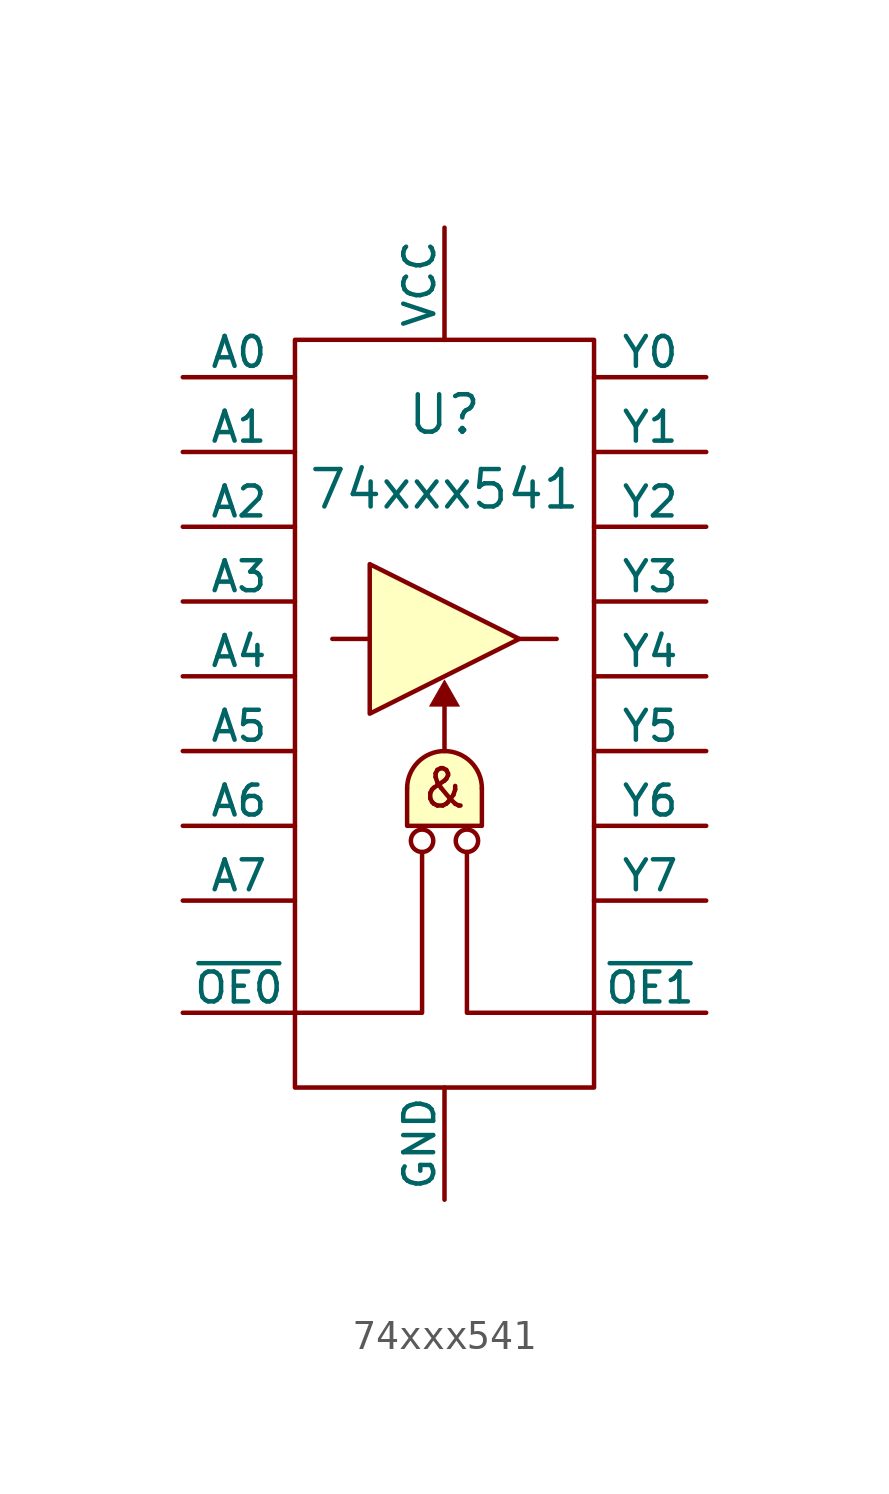
<source format=kicad_sym>
(kicad_symbol_lib
  (version 20211014)
  (generator kicad_symbol_editor)
  (symbol "74xxx541"
    (pin_numbers hide)
    (pin_names
      (offset 0))
    (property "Reference" "U"
      (at 0 10.16 0)
      (effects (font (size 1.27 1.27))))
    (property "Value" "74xxx541"
      (at 0 7.62 0)
      (effects (font (size 1.27 1.27))))
    (symbol "74xxx541_0_0"
      (rectangle (start -5.08 12.7) (end 5.08 -12.7) (stroke (width 0) (type default) (color 0 0 0 0)) (fill (type none)))
      (circle (center -0.762 -4.318) (radius 0.381) (stroke (width 0) (type default) (color 0 0 0 0)) (fill (type none)))
      (polyline (pts (xy -0.762 -4.699) (xy -0.762 -10.16) (xy -5.08 -10.16)) (stroke (width 0) (type default) (color 0 0 0 0)) (fill (type none)))
      (polyline (pts (xy 0.762 -4.699) (xy 0.762 -10.16) (xy 5.08 -10.16)) (stroke (width 0) (type default) (color 0 0 0 0)) (fill (type none)))
      (circle (center 0.762 -4.318) (radius 0.381) (stroke (width 0) (type default) (color 0 0 0 0)) (fill (type none)))
      (text "&" (at 0 -2.54 0) (effects (font (size 1.27 1.27)))))
    (symbol "74xxx541_0_1"
      (polyline (pts (xy -2.54 2.54) (xy -3.81 2.54)) (stroke (width 0) (type default) (color 0 0 0 0)) (fill (type none)))
      (polyline (pts (xy 0 0.508) (xy 0 -1.27)) (stroke (width 0) (type default) (color 0 0 0 0)) (fill (type none)))
      (polyline (pts (xy 2.54 2.54) (xy 3.81 2.54)) (stroke (width 0) (type default) (color 0 0 0 0)) (fill (type none)))
      (polyline (pts (xy -2.54 5.08) (xy -2.54 0) (xy 2.54 2.54) (xy -2.54 5.08)) (stroke (width 0) (type default) (color 0 0 0 0)) (fill (type background)))
      (polyline (pts (xy 0 1.143) (xy -0.508 0.254) (xy 0.508 0.254) (xy 0 1.143)) (stroke (width 0.025) (type default) (color 0 0 0 0)) (fill (type outline)))
      (polyline (pts (xy 1.27 -2.54) (xy 1.27 -3.81) (xy -1.27 -3.81) (xy -1.27 -2.54)) (stroke (width 0) (type default) (color 0 0 0 0)) (fill (type background)))
      (arc (start 1.27 -2.54) (mid 0 -1.27) (end -1.27 -2.54) (stroke (width 0) (type default) (color 0 0 0 0)) (fill (type background))))
    (symbol "74xxx541_1_1"
      (pin input line (at -8.89 -10.16 0) (length 3.81) (name "~{OE0}" (effects (font (size 1.016 1.016)))) (number "1" (effects (font (size 1.016 1.016)))))
      (pin power_in line (at 0 -16.51 90) (length 3.81) (name "GND" (effects (font (size 1.016 1.016)))) (number "10" (effects (font (size 1.016 1.016)))))
      (pin output line (at 8.89 -6.35 180) (length 3.81) (name "Y7" (effects (font (size 1.016 1.016)))) (number "11" (effects (font (size 1.016 1.016)))))
      (pin output line (at 8.89 -3.81 180) (length 3.81) (name "Y6" (effects (font (size 1.016 1.016)))) (number "12" (effects (font (size 1.016 1.016)))))
      (pin output line (at 8.89 -1.27 180) (length 3.81) (name "Y5" (effects (font (size 1.016 1.016)))) (number "13" (effects (font (size 1.016 1.016)))))
      (pin output line (at 8.89 1.27 180) (length 3.81) (name "Y4" (effects (font (size 1.016 1.016)))) (number "14" (effects (font (size 1.016 1.016)))))
      (pin output line (at 8.89 3.81 180) (length 3.81) (name "Y3" (effects (font (size 1.016 1.016)))) (number "15" (effects (font (size 1.016 1.016)))))
      (pin output line (at 8.89 6.35 180) (length 3.81) (name "Y2" (effects (font (size 1.016 1.016)))) (number "16" (effects (font (size 1.016 1.016)))))
      (pin output line (at 8.89 8.89 180) (length 3.81) (name "Y1" (effects (font (size 1.016 1.016)))) (number "17" (effects (font (size 1.016 1.016)))))
      (pin output line (at 8.89 11.43 180) (length 3.81) (name "Y0" (effects (font (size 1.016 1.016)))) (number "18" (effects (font (size 1.016 1.016)))))
      (pin input line (at 8.89 -10.16 180) (length 3.81) (name "~{OE1}" (effects (font (size 1.016 1.016)))) (number "19" (effects (font (size 1.016 1.016)))))
      (pin input line (at -8.89 11.43 0) (length 3.81) (name "A0" (effects (font (size 1.016 1.016)))) (number "2" (effects (font (size 1.016 1.016)))))
      (pin power_in line (at 0 16.51 270) (length 3.81) (name "VCC" (effects (font (size 1.016 1.016)))) (number "20" (effects (font (size 1.016 1.016)))))
      (pin input line (at -8.89 8.89 0) (length 3.81) (name "A1" (effects (font (size 1.016 1.016)))) (number "3" (effects (font (size 1.016 1.016)))))
      (pin input line (at -8.89 6.35 0) (length 3.81) (name "A2" (effects (font (size 1.016 1.016)))) (number "4" (effects (font (size 1.016 1.016)))))
      (pin input line (at -8.89 3.81 0) (length 3.81) (name "A3" (effects (font (size 1.016 1.016)))) (number "5" (effects (font (size 1.016 1.016)))))
      (pin input line (at -8.89 1.27 0) (length 3.81) (name "A4" (effects (font (size 1.016 1.016)))) (number "6" (effects (font (size 1.016 1.016)))))
      (pin input line (at -8.89 -1.27 0) (length 3.81) (name "A5" (effects (font (size 1.016 1.016)))) (number "7" (effects (font (size 1.016 1.016)))))
      (pin input line (at -8.89 -3.81 0) (length 3.81) (name "A6" (effects (font (size 1.016 1.016)))) (number "8" (effects (font (size 1.016 1.016)))))
      (pin input line (at -8.89 -6.35 0) (length 3.81) (name "A7" (effects (font (size 1.016 1.016)))) (number "9" (effects (font (size 1.016 1.016))))))))
</source>
